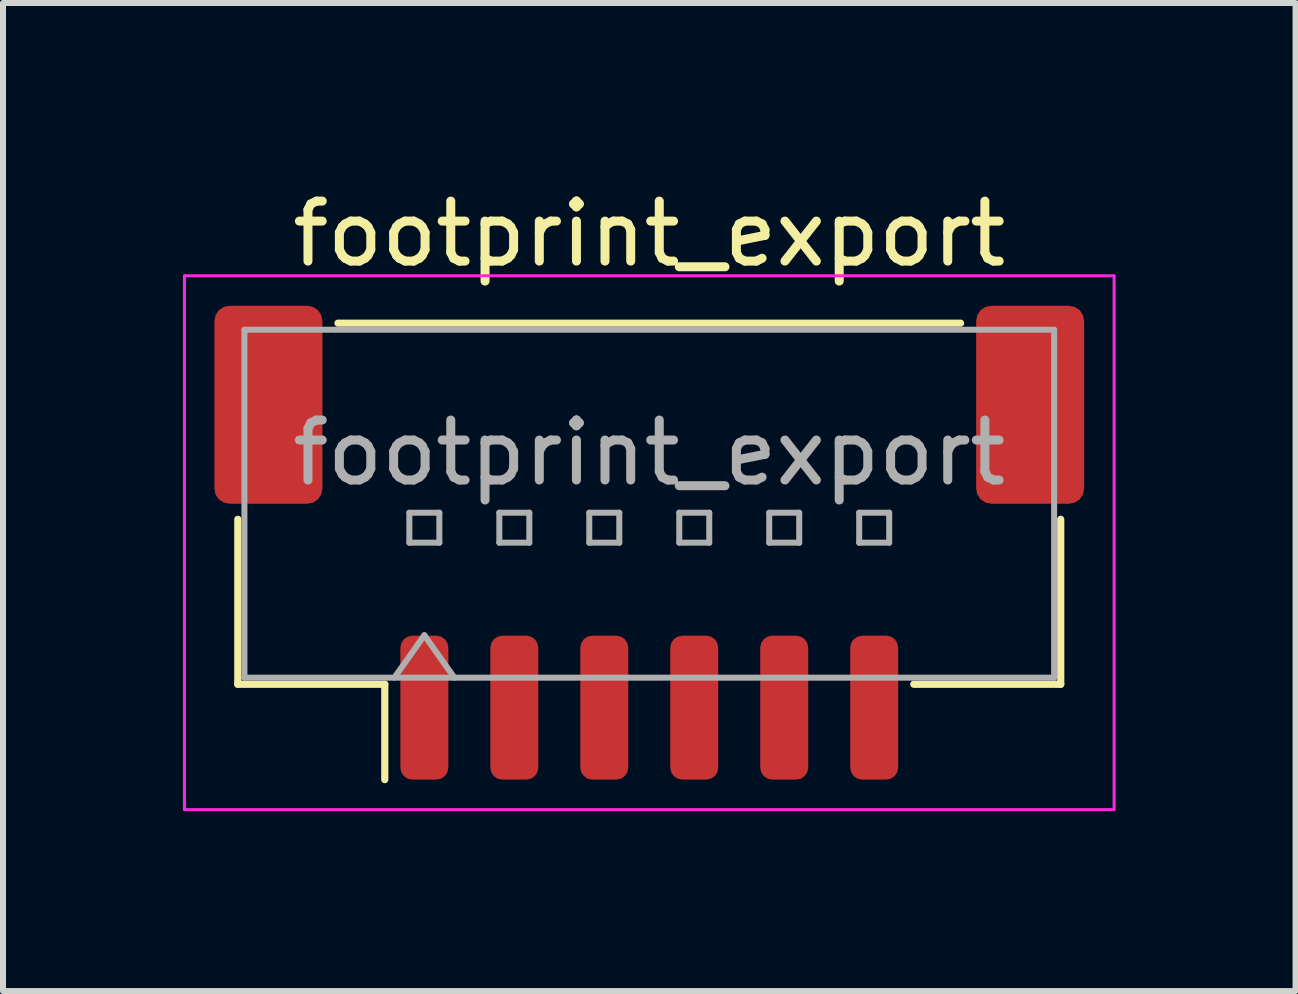
<source format=kicad_pcb>
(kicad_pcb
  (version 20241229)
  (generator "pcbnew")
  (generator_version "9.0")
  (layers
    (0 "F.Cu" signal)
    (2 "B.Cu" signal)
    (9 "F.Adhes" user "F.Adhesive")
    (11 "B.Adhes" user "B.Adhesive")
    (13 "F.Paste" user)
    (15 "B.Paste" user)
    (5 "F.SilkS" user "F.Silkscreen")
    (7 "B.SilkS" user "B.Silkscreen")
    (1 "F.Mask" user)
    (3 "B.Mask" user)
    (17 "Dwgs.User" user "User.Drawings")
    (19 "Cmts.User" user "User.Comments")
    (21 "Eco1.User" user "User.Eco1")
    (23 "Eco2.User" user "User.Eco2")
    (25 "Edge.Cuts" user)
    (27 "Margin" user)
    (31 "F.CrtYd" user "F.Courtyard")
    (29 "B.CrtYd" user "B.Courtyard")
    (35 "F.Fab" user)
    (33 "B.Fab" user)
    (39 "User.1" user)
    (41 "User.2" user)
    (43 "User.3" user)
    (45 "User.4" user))
  (footprint "footprint_export"
    (layer "F.Cu")
    (at 7.775 5.998)
    (property "Reference" "footprint_export" (at 0 -5.15 0) (layer "F.SilkS") (effects (font (size 1 1) (thickness 0.15))))
    (attr smd)
    (fp_line (start -6.86 -0.39) (end -6.86 2.36) (stroke (width 0.12) (type solid)) (layer "F.SilkS"))
    (fp_line (start -6.86 2.36) (end -4.41 2.36) (stroke (width 0.12) (type solid)) (layer "F.SilkS"))
    (fp_line (start -5.19 -3.66) (end 5.19 -3.66) (stroke (width 0.12) (type solid)) (layer "F.SilkS"))
    (fp_line (start -4.41 2.36) (end -4.41 3.95) (stroke (width 0.12) (type solid)) (layer "F.SilkS"))
    (fp_line (start 6.86 -0.39) (end 6.86 2.36) (stroke (width 0.12) (type solid)) (layer "F.SilkS"))
    (fp_line (start 6.86 2.36) (end 4.41 2.36) (stroke (width 0.12) (type solid)) (layer "F.SilkS"))
    (fp_line (start -7.75 -4.45) (end -7.75 4.45) (stroke (width 0.05) (type solid)) (layer "F.CrtYd"))
    (fp_line (start -7.75 4.45) (end 7.75 4.45) (stroke (width 0.05) (type solid)) (layer "F.CrtYd"))
    (fp_line (start 7.75 -4.45) (end -7.75 -4.45) (stroke (width 0.05) (type solid)) (layer "F.CrtYd"))
    (fp_line (start 7.75 4.45) (end 7.75 -4.45) (stroke (width 0.05) (type solid)) (layer "F.CrtYd"))
    (fp_line (start -6.75 -3.55) (end 6.75 -3.55) (stroke (width 0.1) (type solid)) (layer "F.Fab"))
    (fp_line (start -6.75 2.25) (end -6.75 -3.55) (stroke (width 0.1) (type solid)) (layer "F.Fab"))
    (fp_line (start -6.75 2.25) (end 6.75 2.25) (stroke (width 0.1) (type solid)) (layer "F.Fab"))
    (fp_line (start -4.25 2.25) (end -3.75 1.543) (stroke (width 0.1) (type solid)) (layer "F.Fab"))
    (fp_line (start -4 -0.5) (end -4 0) (stroke (width 0.1) (type solid)) (layer "F.Fab"))
    (fp_line (start -4 0) (end -3.5 0) (stroke (width 0.1) (type solid)) (layer "F.Fab"))
    (fp_line (start -3.75 1.543) (end -3.25 2.25) (stroke (width 0.1) (type solid)) (layer "F.Fab"))
    (fp_line (start -3.5 -0.5) (end -4 -0.5) (stroke (width 0.1) (type solid)) (layer "F.Fab"))
    (fp_line (start -3.5 0) (end -3.5 -0.5) (stroke (width 0.1) (type solid)) (layer "F.Fab"))
    (fp_line (start -2.5 -0.5) (end -2.5 0) (stroke (width 0.1) (type solid)) (layer "F.Fab"))
    (fp_line (start -2.5 0) (end -2 0) (stroke (width 0.1) (type solid)) (layer "F.Fab"))
    (fp_line (start -2 -0.5) (end -2.5 -0.5) (stroke (width 0.1) (type solid)) (layer "F.Fab"))
    (fp_line (start -2 0) (end -2 -0.5) (stroke (width 0.1) (type solid)) (layer "F.Fab"))
    (fp_line (start -1 -0.5) (end -1 0) (stroke (width 0.1) (type solid)) (layer "F.Fab"))
    (fp_line (start -1 0) (end -0.5 0) (stroke (width 0.1) (type solid)) (layer "F.Fab"))
    (fp_line (start -0.5 -0.5) (end -1 -0.5) (stroke (width 0.1) (type solid)) (layer "F.Fab"))
    (fp_line (start -0.5 0) (end -0.5 -0.5) (stroke (width 0.1) (type solid)) (layer "F.Fab"))
    (fp_line (start 0.5 -0.5) (end 0.5 0) (stroke (width 0.1) (type solid)) (layer "F.Fab"))
    (fp_line (start 0.5 0) (end 1 0) (stroke (width 0.1) (type solid)) (layer "F.Fab"))
    (fp_line (start 1 -0.5) (end 0.5 -0.5) (stroke (width 0.1) (type solid)) (layer "F.Fab"))
    (fp_line (start 1 0) (end 1 -0.5) (stroke (width 0.1) (type solid)) (layer "F.Fab"))
    (fp_line (start 2 -0.5) (end 2 0) (stroke (width 0.1) (type solid)) (layer "F.Fab"))
    (fp_line (start 2 0) (end 2.5 0) (stroke (width 0.1) (type solid)) (layer "F.Fab"))
    (fp_line (start 2.5 -0.5) (end 2 -0.5) (stroke (width 0.1) (type solid)) (layer "F.Fab"))
    (fp_line (start 2.5 0) (end 2.5 -0.5) (stroke (width 0.1) (type solid)) (layer "F.Fab"))
    (fp_line (start 3.5 -0.5) (end 3.5 0) (stroke (width 0.1) (type solid)) (layer "F.Fab"))
    (fp_line (start 3.5 0) (end 4 0) (stroke (width 0.1) (type solid)) (layer "F.Fab"))
    (fp_line (start 4 -0.5) (end 3.5 -0.5) (stroke (width 0.1) (type solid)) (layer "F.Fab"))
    (fp_line (start 4 0) (end 4 -0.5) (stroke (width 0.1) (type solid)) (layer "F.Fab"))
    (fp_line (start 6.75 2.25) (end 6.75 -3.55) (stroke (width 0.1) (type solid)) (layer "F.Fab"))
    (fp_text user "${REFERENCE}" (at 0 -1.5 0) (layer "F.Fab") (effects (font (size 1 1) (thickness 0.15))))
    (pad "1" smd roundrect (at -3.75 2.75) (size 0.8 2.4) (layers "F.Cu" "F.Mask" "F.Paste") (roundrect_rratio 0.25))
    (pad "2" smd roundrect (at -2.25 2.75) (size 0.8 2.4) (layers "F.Cu" "F.Mask" "F.Paste") (roundrect_rratio 0.25))
    (pad "3" smd roundrect (at -0.75 2.75) (size 0.8 2.4) (layers "F.Cu" "F.Mask" "F.Paste") (roundrect_rratio 0.25))
    (pad "4" smd roundrect (at 0.75 2.75) (size 0.8 2.4) (layers "F.Cu" "F.Mask" "F.Paste") (roundrect_rratio 0.25))
    (pad "5" smd roundrect (at 2.25 2.75) (size 0.8 2.4) (layers "F.Cu" "F.Mask" "F.Paste") (roundrect_rratio 0.25))
    (pad "6" smd roundrect (at 3.75 2.75) (size 0.8 2.4) (layers "F.Cu" "F.Mask" "F.Paste") (roundrect_rratio 0.25))
    (pad "MP" smd roundrect (at -6.35 -2.3) (size 1.8 3.3) (layers "F.Cu" "F.Mask" "F.Paste") (roundrect_rratio 0.139))
    (pad "MP" smd roundrect (at 6.35 -2.3) (size 1.8 3.3) (layers "F.Cu" "F.Mask" "F.Paste") (roundrect_rratio 0.139)))
  (gr_rect
    (start -3 -3)
    (end 18.55 13.473)
    (stroke (width 0.1) (type default))
    (fill no)
    (layer "Edge.Cuts")))
</source>
